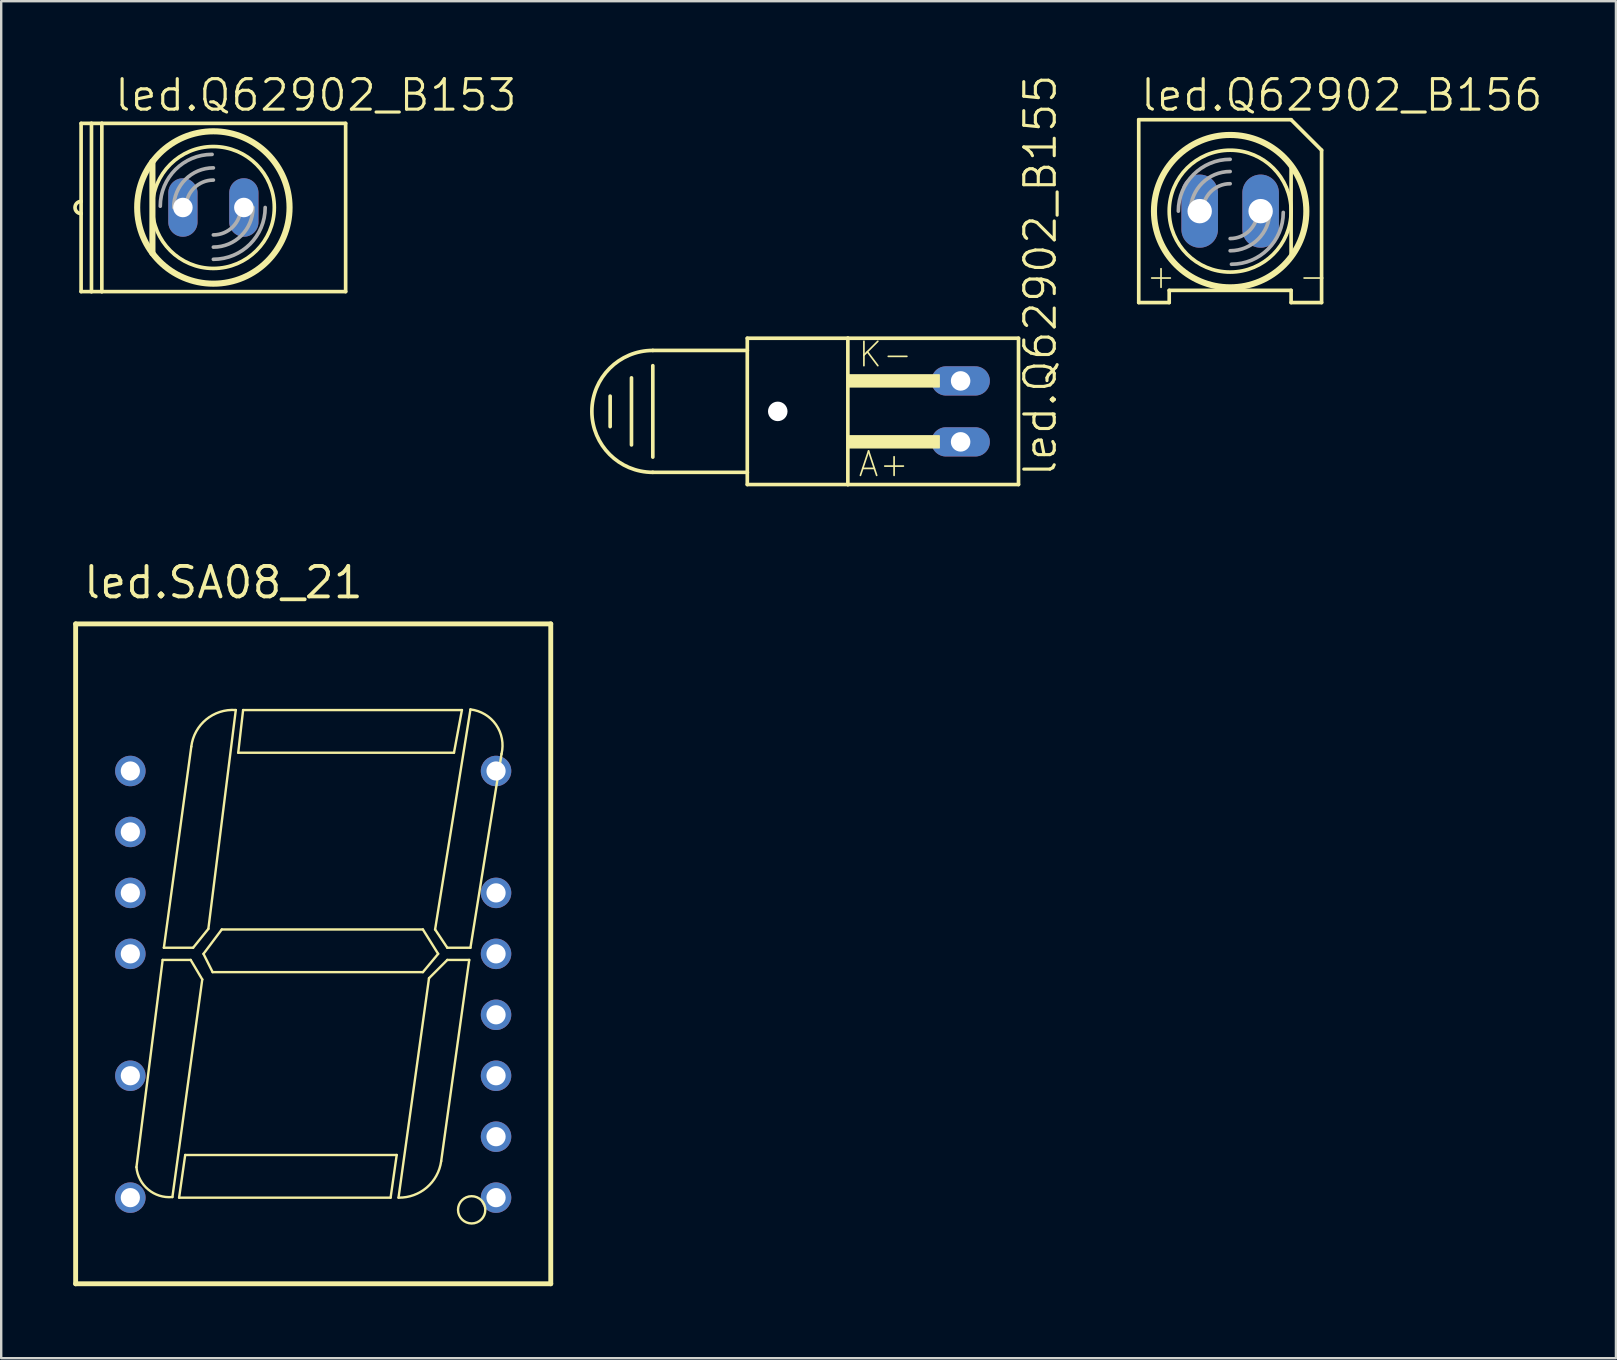
<source format=kicad_pcb>
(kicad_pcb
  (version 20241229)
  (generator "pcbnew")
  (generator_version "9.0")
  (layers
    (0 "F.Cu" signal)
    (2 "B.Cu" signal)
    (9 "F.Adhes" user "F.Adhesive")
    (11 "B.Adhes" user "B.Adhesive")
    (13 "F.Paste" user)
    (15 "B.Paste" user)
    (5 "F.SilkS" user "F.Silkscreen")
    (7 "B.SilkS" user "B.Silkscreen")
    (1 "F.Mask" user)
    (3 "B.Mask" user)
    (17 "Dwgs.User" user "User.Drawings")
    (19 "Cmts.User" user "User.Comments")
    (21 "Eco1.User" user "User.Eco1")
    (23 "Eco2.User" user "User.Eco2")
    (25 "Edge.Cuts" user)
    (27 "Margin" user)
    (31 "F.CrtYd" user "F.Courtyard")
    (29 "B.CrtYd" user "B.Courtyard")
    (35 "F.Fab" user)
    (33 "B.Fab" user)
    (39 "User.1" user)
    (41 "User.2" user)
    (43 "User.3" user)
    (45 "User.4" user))
  (footprint "led.SA08_21"
    (layer "F.Cu")
    (at 10.002 36.7)
    (property "Reference" "led.SA08_21" (at -9.652 -14.732 0) (layer "F.SilkS") (effects (font (size 1.27 1.27) (thickness 0.16)) (justify left bottom)))
    (attr through_hole)
    (fp_line (start -9.9 -13.75) (end 9.9 -13.75) (stroke (width 0.203) (type default)) (layer "F.SilkS"))
    (fp_line (start -9.9 13.75) (end -9.9 -13.75) (stroke (width 0.203) (type default)) (layer "F.SilkS"))
    (fp_line (start -7.366 8.89) (end -6.274 0.254) (stroke (width 0.1) (type default)) (layer "F.SilkS"))
    (fp_line (start -6.274 0.254) (end -5.105 0.254) (stroke (width 0.1) (type default)) (layer "F.SilkS"))
    (fp_line (start -6.223 -0.254) (end -5.004 -0.254) (stroke (width 0.1) (type default)) (layer "F.SilkS"))
    (fp_line (start -5.588 10.16) (end 3.226 10.16) (stroke (width 0.1) (type default)) (layer "F.SilkS"))
    (fp_line (start -5.334 8.382) (end -5.588 10.16) (stroke (width 0.1) (type default)) (layer "F.SilkS"))
    (fp_line (start -5.105 0.254) (end -4.623 1.067) (stroke (width 0.1) (type default)) (layer "F.SilkS"))
    (fp_line (start -5.08 -8.636) (end -6.223 -0.254) (stroke (width 0.1) (type default)) (layer "F.SilkS"))
    (fp_line (start -5.004 -0.254) (end -4.369 -1.041) (stroke (width 0.1) (type default)) (layer "F.SilkS"))
    (fp_line (start -4.623 1.067) (end -5.867 10.135) (stroke (width 0.1) (type default)) (layer "F.SilkS"))
    (fp_line (start -4.572 0) (end -3.81 -1.016) (stroke (width 0.1) (type default)) (layer "F.SilkS"))
    (fp_line (start -4.369 -1.041) (end -3.226 -10.16) (stroke (width 0.1) (type default)) (layer "F.SilkS"))
    (fp_line (start -4.191 0.762) (end -4.572 0) (stroke (width 0.1) (type default)) (layer "F.SilkS"))
    (fp_line (start -3.81 -1.016) (end 4.572 -1.016) (stroke (width 0.1) (type default)) (layer "F.SilkS"))
    (fp_line (start -3.124 -8.382) (end 5.867 -8.382) (stroke (width 0.1) (type default)) (layer "F.SilkS"))
    (fp_line (start -2.921 -10.16) (end -3.124 -8.382) (stroke (width 0.1) (type default)) (layer "F.SilkS"))
    (fp_line (start 3.226 10.16) (end 3.48 8.382) (stroke (width 0.1) (type default)) (layer "F.SilkS"))
    (fp_line (start 3.48 8.382) (end -5.334 8.382) (stroke (width 0.1) (type default)) (layer "F.SilkS"))
    (fp_line (start 4.572 -1.016) (end 5.207 0) (stroke (width 0.1) (type default)) (layer "F.SilkS"))
    (fp_line (start 4.572 0.762) (end -4.191 0.762) (stroke (width 0.1) (type default)) (layer "F.SilkS"))
    (fp_line (start 4.826 1.016) (end 3.556 10.16) (stroke (width 0.1) (type default)) (layer "F.SilkS"))
    (fp_line (start 5.08 -1.016) (end 6.553 -10.185) (stroke (width 0.1) (type default)) (layer "F.SilkS"))
    (fp_line (start 5.207 0) (end 4.572 0.762) (stroke (width 0.1) (type default)) (layer "F.SilkS"))
    (fp_line (start 5.334 8.636) (end 6.502 0.254) (stroke (width 0.1) (type default)) (layer "F.SilkS"))
    (fp_line (start 5.588 -0.254) (end 5.08 -1.016) (stroke (width 0.1) (type default)) (layer "F.SilkS"))
    (fp_line (start 5.588 0.254) (end 4.826 1.016) (stroke (width 0.1) (type default)) (layer "F.SilkS"))
    (fp_line (start 5.867 -8.382) (end 6.198 -10.16) (stroke (width 0.1) (type default)) (layer "F.SilkS"))
    (fp_line (start 6.198 -10.16) (end -2.921 -10.16) (stroke (width 0.1) (type default)) (layer "F.SilkS"))
    (fp_line (start 6.502 0.254) (end 5.588 0.254) (stroke (width 0.1) (type default)) (layer "F.SilkS"))
    (fp_line (start 6.553 -0.254) (end 5.588 -0.254) (stroke (width 0.1) (type default)) (layer "F.SilkS"))
    (fp_line (start 7.849 -8.331) (end 6.553 -0.254) (stroke (width 0.1) (type default)) (layer "F.SilkS"))
    (fp_line (start 9.9 -13.75) (end 9.9 13.75) (stroke (width 0.203) (type default)) (layer "F.SilkS"))
    (fp_line (start 9.9 13.75) (end -9.9 13.75) (stroke (width 0.203) (type default)) (layer "F.SilkS"))
    (fp_arc (start -5.8674 10.1346) (mid -6.874465 9.82267) (end -7.366 8.89) (stroke (width 0.1) (type default)) (layer "F.SilkS"))
    (fp_arc (start -5.08 -8.636) (mid -4.457712 -9.768855) (end -3.2258 -10.16) (stroke (width 0.1) (type default)) (layer "F.SilkS"))
    (fp_arc (start 5.334 8.636) (mid 4.734739 9.736029) (end 3.556 10.16) (stroke (width 0.1) (type default)) (layer "F.SilkS"))
    (fp_arc (start 6.5532 -10.1854) (mid 7.618268 -9.549886) (end 7.8486 -8.3312) (stroke (width 0.1) (type default)) (layer "F.SilkS"))
    (fp_circle (center 6.604 10.668) (end 7.172 10.668) (stroke (width 0.1) (type default)) (fill no) (layer "F.SilkS"))
    (pad "2" thru_hole circle (at -7.62 -7.62) (size 1.27 1.27) (drill 0.8) (layers "*.Cu" "*.Mask"))
    (pad "3" thru_hole circle (at -7.62 -5.08) (size 1.27 1.27) (drill 0.8) (layers "*.Cu" "*.Mask"))
    (pad "4" thru_hole circle (at -7.62 -2.54) (size 1.27 1.27) (drill 0.8) (layers "*.Cu" "*.Mask"))
    (pad "5" thru_hole circle (at -7.62 0) (size 1.27 1.27) (drill 0.8) (layers "*.Cu" "*.Mask"))
    (pad "7" thru_hole circle (at -7.62 5.08) (size 1.27 1.27) (drill 0.8) (layers "*.Cu" "*.Mask"))
    (pad "9" thru_hole circle (at -7.62 10.16) (size 1.27 1.27) (drill 0.8) (layers "*.Cu" "*.Mask"))
    (pad "10" thru_hole circle (at 7.62 10.16) (size 1.27 1.27) (drill 0.8) (layers "*.Cu" "*.Mask"))
    (pad "11" thru_hole circle (at 7.62 7.62) (size 1.27 1.27) (drill 0.8) (layers "*.Cu" "*.Mask"))
    (pad "12" thru_hole circle (at 7.62 5.08) (size 1.27 1.27) (drill 0.8) (layers "*.Cu" "*.Mask"))
    (pad "13" thru_hole circle (at 7.62 2.54) (size 1.27 1.27) (drill 0.8) (layers "*.Cu" "*.Mask"))
    (pad "14" thru_hole circle (at 7.62 0) (size 1.27 1.27) (drill 0.8) (layers "*.Cu" "*.Mask"))
    (pad "15" thru_hole circle (at 7.62 -2.54) (size 1.27 1.27) (drill 0.8) (layers "*.Cu" "*.Mask"))
    (pad "17" thru_hole circle (at 7.62 -7.62) (size 1.27 1.27) (drill 0.8) (layers "*.Cu" "*.Mask")))
  (footprint "led.Q62902_B156"
    (layer "F.Cu")
    (at 48.215 5.749)
    (property "Reference" "led.Q62902_B156" (at -3.81 -4.089 0) (layer "F.SilkS") (effects (font (size 1.27 1.27) (thickness 0.13)) (justify left bottom)))
    (attr through_hole)
    (fp_line (start -3.81 3.81) (end -3.81 -3.81) (stroke (width 0.152) (type default)) (layer "F.SilkS"))
    (fp_line (start -3.81 3.81) (end -2.54 3.81) (stroke (width 0.152) (type default)) (layer "F.SilkS"))
    (fp_line (start -2.54 3.302) (end -2.54 3.81) (stroke (width 0.152) (type default)) (layer "F.SilkS"))
    (fp_line (start 2.54 -3.81) (end -3.81 -3.81) (stroke (width 0.152) (type default)) (layer "F.SilkS"))
    (fp_line (start 2.54 -3.81) (end 3.81 -2.54) (stroke (width 0.152) (type default)) (layer "F.SilkS"))
    (fp_line (start 2.54 1.905) (end 2.54 -1.905) (stroke (width 0.152) (type default)) (layer "F.SilkS"))
    (fp_line (start 2.54 3.302) (end -2.54 3.302) (stroke (width 0.152) (type default)) (layer "F.SilkS"))
    (fp_line (start 2.54 3.302) (end 2.54 3.81) (stroke (width 0.152) (type default)) (layer "F.SilkS"))
    (fp_line (start 3.81 -2.54) (end 3.81 3.81) (stroke (width 0.152) (type default)) (layer "F.SilkS"))
    (fp_line (start 3.81 3.81) (end 2.54 3.81) (stroke (width 0.152) (type default)) (layer "F.SilkS"))
    (fp_circle (center 0 0) (end 2.54 0) (stroke (width 0.152) (type default)) (fill no) (layer "F.SilkS"))
    (fp_circle (center 0 0) (end 3.175 0) (stroke (width 0.254) (type default)) (fill no) (layer "F.SilkS"))
    (fp_arc (start -2.159 0) (mid -1.526644 -1.526644) (end 0 -2.159) (stroke (width 0.1524) (type default)) (layer "F.Fab"))
    (fp_arc (start -1.651 0) (mid -1.167433 -1.167433) (end 0 -1.651) (stroke (width 0.1524) (type default)) (layer "F.Fab"))
    (fp_arc (start -1.143 0) (mid -0.808223 -0.808223) (end 0 -1.143) (stroke (width 0.1524) (type default)) (layer "F.Fab"))
    (fp_arc (start 1.143 0) (mid 0.808223 0.808223) (end 0 1.143) (stroke (width 0.1524) (type default)) (layer "F.Fab"))
    (fp_arc (start 1.651 0) (mid 1.167433 1.167433) (end 0 1.651) (stroke (width 0.1524) (type default)) (layer "F.Fab"))
    (fp_arc (start 2.2129 0.0539) (mid 1.580573 1.580573) (end 0.0539 2.2129) (stroke (width 0.1524) (type default)) (layer "F.Fab"))
    (fp_text user "-" (at 2.794 3.302 0) (layer "F.SilkS") (effects (font (size 1.016 1.016) (thickness 0.07)) (justify left bottom)))
    (fp_text user "+" (at -3.556 3.302 0) (layer "F.SilkS") (effects (font (size 1.016 1.016) (thickness 0.07)) (justify left bottom)))
    (pad "A" thru_hole oval (at -1.27 0 90) (size 3.048 1.524) (drill 1.016) (layers "*.Cu" "*.Mask"))
    (pad "K" thru_hole oval (at 1.27 0 90) (size 3.048 1.524) (drill 1.016) (layers "*.Cu" "*.Mask")))
  (footprint "led.Q62902_B153"
    (layer "F.Cu")
    (at 5.842 5.597)
    (property "Reference" "led.Q62902_B153" (at -4.191 -3.937 0) (layer "F.SilkS") (effects (font (size 1.27 1.27) (thickness 0.13)) (justify left bottom)))
    (attr through_hole)
    (fp_line (start -5.512 -0.254) (end -5.512 -3.505) (stroke (width 0.152) (type default)) (layer "F.SilkS"))
    (fp_line (start -5.512 0.254) (end -5.512 -0.254) (stroke (width 0.152) (type default)) (layer "F.SilkS"))
    (fp_line (start -5.512 3.505) (end -5.512 0.254) (stroke (width 0.152) (type default)) (layer "F.SilkS"))
    (fp_line (start -5.08 -3.505) (end -5.512 -3.505) (stroke (width 0.152) (type default)) (layer "F.SilkS"))
    (fp_line (start -5.08 -3.505) (end -4.648 -3.505) (stroke (width 0.152) (type default)) (layer "F.SilkS"))
    (fp_line (start -5.08 3.505) (end -5.512 3.505) (stroke (width 0.152) (type default)) (layer "F.SilkS"))
    (fp_line (start -5.08 3.505) (end -5.08 -3.505) (stroke (width 0.152) (type default)) (layer "F.SilkS"))
    (fp_line (start -4.648 -3.505) (end -4.648 3.505) (stroke (width 0.152) (type default)) (layer "F.SilkS"))
    (fp_line (start -4.648 -3.505) (end 5.512 -3.505) (stroke (width 0.152) (type default)) (layer "F.SilkS"))
    (fp_line (start -4.648 3.505) (end -5.08 3.505) (stroke (width 0.152) (type default)) (layer "F.SilkS"))
    (fp_line (start -2.54 -1.905) (end -2.54 1.905) (stroke (width 0.254) (type default)) (layer "F.SilkS"))
    (fp_line (start 5.512 -3.505) (end 5.512 3.505) (stroke (width 0.152) (type default)) (layer "F.SilkS"))
    (fp_line (start 5.512 3.505) (end -4.648 3.505) (stroke (width 0.152) (type default)) (layer "F.SilkS"))
    (fp_arc (start -5.5118 0.254) (mid -5.7658 0) (end -5.5118 -0.254) (stroke (width 0.1524) (type default)) (layer "F.SilkS"))
    (fp_circle (center 0 0) (end 2.54 0) (stroke (width 0.152) (type default)) (fill no) (layer "F.SilkS"))
    (fp_circle (center 0 0) (end 3.175 0) (stroke (width 0.254) (type default)) (fill no) (layer "F.SilkS"))
    (fp_arc (start -2.2129 -0.0539) (mid -1.580602 -1.580602) (end -0.0539 -2.2129) (stroke (width 0.1524) (type default)) (layer "F.Fab"))
    (fp_arc (start -1.651 0) (mid -1.167433 -1.167433) (end 0 -1.651) (stroke (width 0.1524) (type default)) (layer "F.Fab"))
    (fp_arc (start -1.143 0) (mid -0.808223 -0.808223) (end 0 -1.143) (stroke (width 0.1524) (type default)) (layer "F.Fab"))
    (fp_arc (start 1.143 0) (mid 0.808223 0.808223) (end 0 1.143) (stroke (width 0.1524) (type default)) (layer "F.Fab"))
    (fp_arc (start 1.651 0) (mid 1.167433 1.167433) (end 0 1.651) (stroke (width 0.1524) (type default)) (layer "F.Fab"))
    (fp_arc (start 2.159 0) (mid 1.526644 1.526644) (end 0 2.159) (stroke (width 0.1524) (type default)) (layer "F.Fab"))
    (pad "A" thru_hole oval (at 1.27 0 90) (size 2.438 1.219) (drill 0.813) (layers "*.Cu" "*.Mask"))
    (pad "K" thru_hole oval (at -1.27 0 90) (size 2.438 1.219) (drill 0.813) (layers "*.Cu" "*.Mask")))
  (footprint "led.Q62902_B155"
    (layer "F.Cu")
    (at 29.362 14.094)
    (property "Reference" "led.Q62902_B155" (at 11.684 2.794 90) (layer "F.SilkS") (effects (font (size 1.27 1.27) (thickness 0.13)) (justify left bottom)))
    (attr through_hole)
    (fp_line (start -6.985 -0.635) (end -6.985 0.635) (stroke (width 0.152) (type default)) (layer "F.SilkS"))
    (fp_line (start -6.096 -1.397) (end -6.096 1.397) (stroke (width 0.152) (type default)) (layer "F.SilkS"))
    (fp_line (start -5.207 -1.905) (end -5.207 1.905) (stroke (width 0.152) (type default)) (layer "F.SilkS"))
    (fp_line (start -5.207 2.54) (end -1.27 2.54) (stroke (width 0.152) (type default)) (layer "F.SilkS"))
    (fp_line (start -1.27 -2.54) (end -5.207 -2.54) (stroke (width 0.152) (type default)) (layer "F.SilkS"))
    (fp_line (start -1.27 -2.54) (end -1.27 -3.048) (stroke (width 0.152) (type default)) (layer "F.SilkS"))
    (fp_line (start -1.27 2.54) (end -1.27 -2.54) (stroke (width 0.152) (type default)) (layer "F.SilkS"))
    (fp_line (start -1.27 3.048) (end -1.27 2.54) (stroke (width 0.152) (type default)) (layer "F.SilkS"))
    (fp_line (start -1.27 3.048) (end 2.921 3.048) (stroke (width 0.152) (type default)) (layer "F.SilkS"))
    (fp_line (start 2.921 -3.048) (end -1.27 -3.048) (stroke (width 0.152) (type default)) (layer "F.SilkS"))
    (fp_line (start 2.921 3.048) (end 2.921 -3.048) (stroke (width 0.152) (type default)) (layer "F.SilkS"))
    (fp_line (start 2.921 3.048) (end 10.033 3.048) (stroke (width 0.152) (type default)) (layer "F.SilkS"))
    (fp_line (start 10.033 -3.048) (end 2.921 -3.048) (stroke (width 0.152) (type default)) (layer "F.SilkS"))
    (fp_line (start 10.033 -3.048) (end 10.033 3.048) (stroke (width 0.152) (type default)) (layer "F.SilkS"))
    (fp_rect (start 2.921 -1.016) (end 6.731 -1.524) (stroke (width 0.05) (type default)) (fill yes) (layer "F.SilkS"))
    (fp_rect (start 2.921 1.524) (end 6.731 1.016) (stroke (width 0.05) (type default)) (fill yes) (layer "F.SilkS"))
    (fp_arc (start -5.207 2.54) (mid -7.747 0) (end -5.207 -2.54) (stroke (width 0.1524) (type default)) (layer "F.SilkS"))
    (fp_text user "A+" (at 3.302 2.794 0) (layer "F.SilkS") (effects (font (size 1.016 1.016) (thickness 0.07)) (justify left bottom)))
    (fp_text user "K-" (at 3.302 -1.778 0) (layer "F.SilkS") (effects (font (size 1.016 1.016) (thickness 0.07)) (justify left bottom)))
    (pad "" np_thru_hole circle (at 0 0) (size 0.813 0.813) (drill 0.813) (layers "*.Cu" "*.Mask"))
    (pad "A" thru_hole oval (at 7.62 1.27) (size 2.438 1.219) (drill 0.813) (layers "*.Cu" "*.Mask"))
    (pad "K" thru_hole oval (at 7.62 -1.27) (size 2.438 1.219) (drill 0.813) (layers "*.Cu" "*.Mask")))
  (gr_rect
    (start -3 -3)
    (end 64.292 53.552)
    (stroke (width 0.1) (type default))
    (fill no)
    (layer "Edge.Cuts")))
</source>
